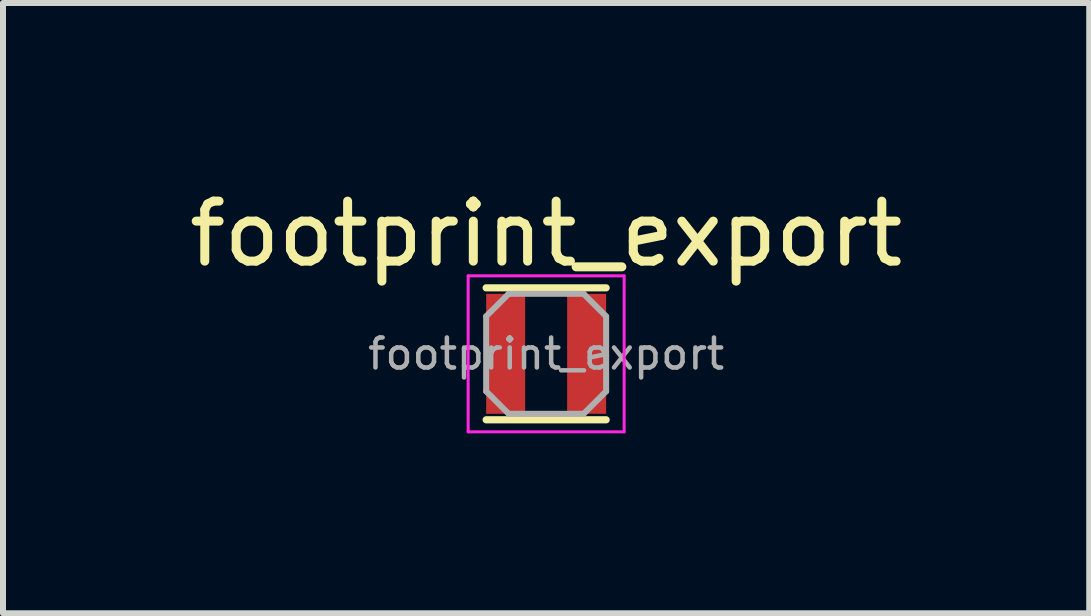
<source format=kicad_pcb>
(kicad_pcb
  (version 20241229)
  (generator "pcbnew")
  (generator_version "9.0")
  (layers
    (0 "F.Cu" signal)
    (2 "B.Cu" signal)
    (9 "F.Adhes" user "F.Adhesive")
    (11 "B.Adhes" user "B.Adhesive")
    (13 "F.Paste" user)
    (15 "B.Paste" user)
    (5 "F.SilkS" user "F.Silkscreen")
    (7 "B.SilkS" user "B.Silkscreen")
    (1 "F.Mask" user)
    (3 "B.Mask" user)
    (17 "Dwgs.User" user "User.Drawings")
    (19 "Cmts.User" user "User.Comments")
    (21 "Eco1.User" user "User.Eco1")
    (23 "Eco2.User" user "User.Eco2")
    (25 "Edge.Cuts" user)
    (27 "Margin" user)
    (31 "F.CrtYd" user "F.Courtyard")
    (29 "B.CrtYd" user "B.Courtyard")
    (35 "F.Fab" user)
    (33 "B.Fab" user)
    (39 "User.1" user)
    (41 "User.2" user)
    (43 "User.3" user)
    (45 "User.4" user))
  (footprint "footprint_export"
    (layer "F.Cu")
    (at 6.054 2.848)
    (property "Reference" "footprint_export" (at 0 -2 0) (layer "F.SilkS") (effects (font (size 1 1) (thickness 0.15))))
    (attr smd)
    (fp_line (start -1 -1.1) (end 1 -1.1) (stroke (width 0.12) (type solid)) (layer "F.SilkS"))
    (fp_line (start -1 1.1) (end 1 1.1) (stroke (width 0.12) (type solid)) (layer "F.SilkS"))
    (fp_line (start -1.3 -1.3) (end -1.3 1.3) (stroke (width 0.05) (type solid)) (layer "F.CrtYd"))
    (fp_line (start -1.3 1.3) (end 1.3 1.3) (stroke (width 0.05) (type solid)) (layer "F.CrtYd"))
    (fp_line (start 1.3 -1.3) (end -1.3 -1.3) (stroke (width 0.05) (type solid)) (layer "F.CrtYd"))
    (fp_line (start 1.3 1.3) (end 1.3 -1.3) (stroke (width 0.05) (type solid)) (layer "F.CrtYd"))
    (fp_line (start -1 -0.625) (end -1 0.625) (stroke (width 0.1) (type solid)) (layer "F.Fab"))
    (fp_line (start -1 -0.625) (end -0.625 -1) (stroke (width 0.1) (type solid)) (layer "F.Fab"))
    (fp_line (start -1 0.625) (end -0.625 1) (stroke (width 0.1) (type solid)) (layer "F.Fab"))
    (fp_line (start -0.625 -1) (end 0.625 -1) (stroke (width 0.1) (type solid)) (layer "F.Fab"))
    (fp_line (start -0.625 1) (end 0.625 1) (stroke (width 0.1) (type solid)) (layer "F.Fab"))
    (fp_line (start 1 -0.625) (end 0.625 -1) (stroke (width 0.1) (type solid)) (layer "F.Fab"))
    (fp_line (start 1 0.625) (end 0.625 1) (stroke (width 0.1) (type solid)) (layer "F.Fab"))
    (fp_line (start 1 0.625) (end 1 -0.625) (stroke (width 0.1) (type solid)) (layer "F.Fab"))
    (fp_text user "${REFERENCE}" (at 0 0 0) (layer "F.Fab") (effects (font (size 0.5 0.5) (thickness 0.075))))
    (pad "1" smd rect (at -0.675 0) (size 0.65 2) (layers "F.Cu" "F.Mask" "F.Paste"))
    (pad "2" smd rect (at 0.675 0) (size 0.65 2) (layers "F.Cu" "F.Mask" "F.Paste")))
  (gr_rect
    (start -3 -3)
    (end 15.107 7.173)
    (stroke (width 0.1) (type default))
    (fill no)
    (layer "Edge.Cuts")))
</source>
